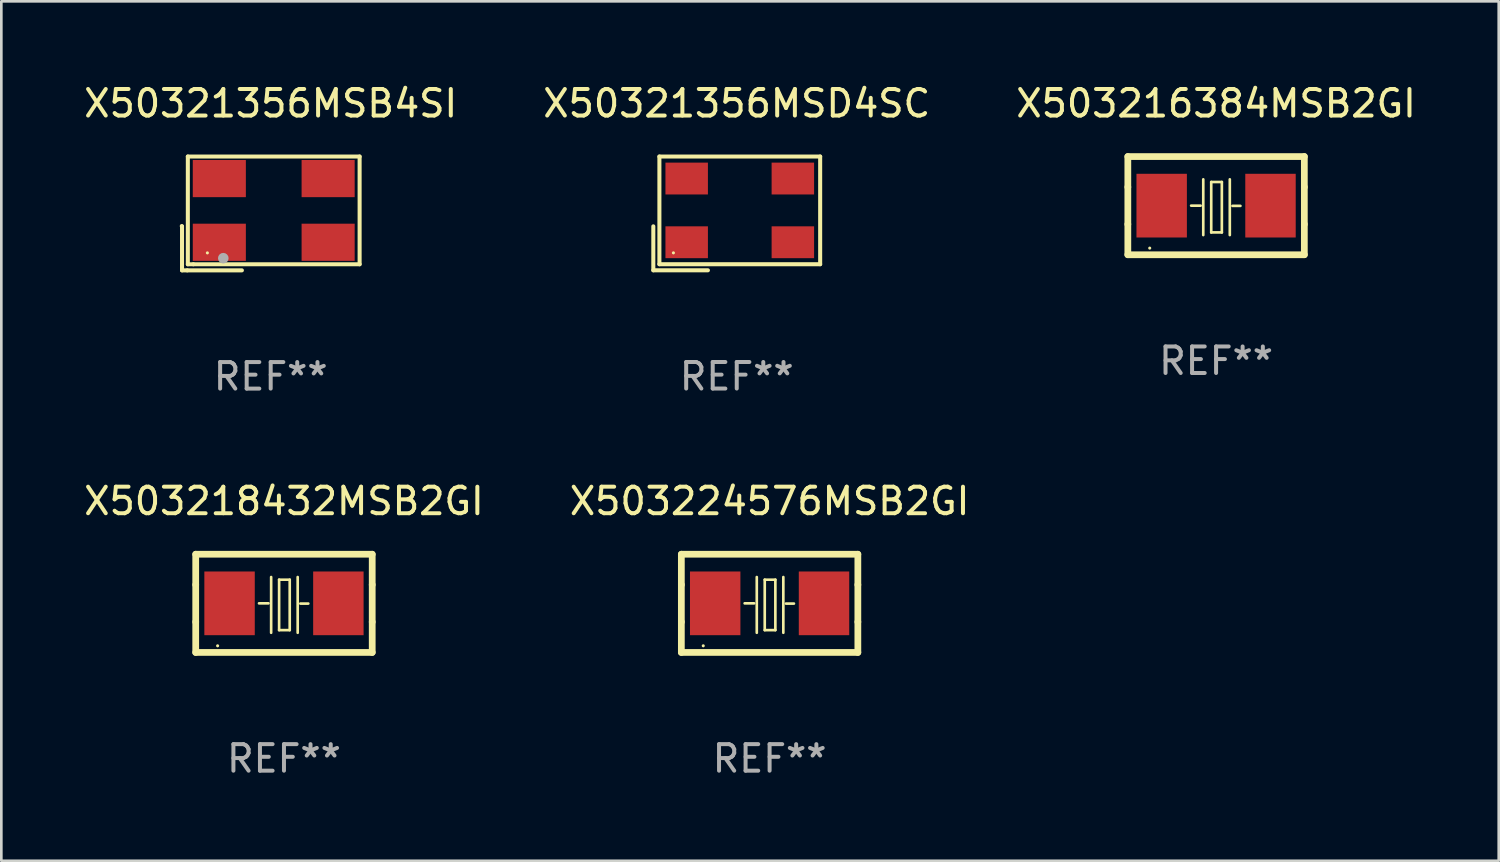
<source format=kicad_pcb>
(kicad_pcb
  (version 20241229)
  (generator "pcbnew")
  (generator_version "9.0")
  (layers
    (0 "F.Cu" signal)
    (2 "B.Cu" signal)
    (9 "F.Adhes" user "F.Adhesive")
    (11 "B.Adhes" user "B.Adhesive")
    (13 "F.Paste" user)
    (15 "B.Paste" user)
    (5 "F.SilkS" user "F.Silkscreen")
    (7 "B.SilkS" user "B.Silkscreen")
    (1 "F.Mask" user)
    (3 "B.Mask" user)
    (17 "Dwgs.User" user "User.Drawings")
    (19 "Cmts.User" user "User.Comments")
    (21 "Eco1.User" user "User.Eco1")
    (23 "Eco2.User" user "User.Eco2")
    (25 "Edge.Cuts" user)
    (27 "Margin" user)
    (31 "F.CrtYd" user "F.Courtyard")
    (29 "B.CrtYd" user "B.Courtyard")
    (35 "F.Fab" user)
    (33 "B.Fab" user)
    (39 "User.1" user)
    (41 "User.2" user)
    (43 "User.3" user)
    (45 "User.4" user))
  (footprint "X503218432MSB2GI"
    (layer "F.Cu")
    (at 7.649 19.682)
    (property "Reference" "X503218432MSB2GI" (at 0 -3.85 0) (layer "F.SilkS") (effects (font (size 1 1) (thickness 0.15))))
    (attr through_hole)
    (fp_line (start -3.325 0.7) (end -3.325 -0.7) (stroke (width 0.254) (type solid)) (layer "F.SilkS"))
    (fp_line (start -3.325 -1.85) (end 3.325 -1.85) (stroke (width 0.254) (type solid)) (layer "F.SilkS"))
    (fp_line (start -3.325 -0.7) (end -3.325 -1.85) (stroke (width 0.254) (type solid)) (layer "F.SilkS"))
    (fp_line (start -3.325 1.85) (end -3.325 0.7) (stroke (width 0.254) (type solid)) (layer "F.SilkS"))
    (fp_line (start -0.94 -0.000127) (end -0.584 -0.000127) (stroke (width 0.1) (type solid)) (layer "F.SilkS"))
    (fp_line (start -0.483 -0.991) (end -0.483 1.109) (stroke (width 0.1) (type solid)) (layer "F.SilkS"))
    (fp_line (start -0.183 -0.891) (end -0.183 1.009) (stroke (width 0.1) (type solid)) (layer "F.SilkS"))
    (fp_line (start -0.183 1.009) (end 0.217 1.009) (stroke (width 0.1) (type solid)) (layer "F.SilkS"))
    (fp_line (start 0.217 -0.891) (end -0.183 -0.891) (stroke (width 0.1) (type solid)) (layer "F.SilkS"))
    (fp_line (start 0.217 1.009) (end 0.217 -0.891) (stroke (width 0.1) (type solid)) (layer "F.SilkS"))
    (fp_line (start 0.517 -0.991) (end 0.517 1.109) (stroke (width 0.1) (type solid)) (layer "F.SilkS"))
    (fp_line (start 0.617 0.009) (end 0.917 0.009) (stroke (width 0.1) (type solid)) (layer "F.SilkS"))
    (fp_line (start 3.325 -1.85) (end 3.325 -0.7) (stroke (width 0.254) (type solid)) (layer "F.SilkS"))
    (fp_line (start 3.325 0.7) (end 3.325 1.85) (stroke (width 0.254) (type solid)) (layer "F.SilkS"))
    (fp_line (start 3.325 1.85) (end -3.325 1.85) (stroke (width 0.254) (type solid)) (layer "F.SilkS"))
    (fp_line (start 3.325 -0.7) (end 3.325 0.7) (stroke (width 0.254) (type solid)) (layer "F.SilkS"))
    (fp_circle (center -2.5 1.6) (end -2.47 1.6) (stroke (width 0.06) (type solid)) (fill no) (layer "F.SilkS"))
    (fp_text user "REF**" (at 0 5.85 0) (layer "F.Fab") (effects (font (size 1 1) (thickness 0.15))))
    (pad "1" smd rect (at -2.05 -0.000127) (size 1.9 2.4) (layers "F.Cu" "F.Mask" "F.Paste"))
    (pad "2" smd rect (at 2.05 -0.000127) (size 1.9 2.4) (layers "F.Cu" "F.Mask" "F.Paste")))
  (footprint "X50321356MSD4SC"
    (layer "F.Cu")
    (at 24.708 4.991)
    (property "Reference" "X50321356MSD4SC" (at 0 -4.143 0) (layer "F.SilkS") (effects (font (size 1 1) (thickness 0.15))))
    (attr through_hole)
    (fp_line (start -3.143 0.486) (end -3.143 2.143) (stroke (width 0.152) (type solid)) (layer "F.SilkS"))
    (fp_line (start -3.143 2.143) (end -1.086 2.143) (stroke (width 0.152) (type solid)) (layer "F.SilkS"))
    (fp_line (start -2.914 -2.143) (end 3.143 -2.143) (stroke (width 0.152) (type solid)) (layer "F.SilkS"))
    (fp_line (start -2.914 1.914) (end -2.914 -2.143) (stroke (width 0.152) (type solid)) (layer "F.SilkS"))
    (fp_line (start 3.143 -2.143) (end 3.143 1.914) (stroke (width 0.152) (type solid)) (layer "F.SilkS"))
    (fp_line (start 3.143 1.914) (end -2.914 1.914) (stroke (width 0.152) (type solid)) (layer "F.SilkS"))
    (fp_circle (center -2.386 1.486) (end -2.356 1.486) (stroke (width 0.06) (type solid)) (fill no) (layer "F.SilkS"))
    (fp_text user "REF**" (at 0 6.143 0) (layer "F.Fab") (effects (font (size 1 1) (thickness 0.15))))
    (pad "1" smd rect (at -1.886 1.086) (size 1.6 1.2) (layers "F.Cu" "F.Mask" "F.Paste"))
    (pad "2" smd rect (at 2.114 1.086) (size 1.6 1.2) (layers "F.Cu" "F.Mask" "F.Paste"))
    (pad "3" smd rect (at 2.114 -1.314) (size 1.6 1.2) (layers "F.Cu" "F.Mask" "F.Paste"))
    (pad "4" smd rect (at -1.886 -1.314) (size 1.6 1.2) (layers "F.Cu" "F.Mask" "F.Paste")))
  (footprint "X503216384MSB2GI"
    (layer "F.Cu")
    (at 42.768 4.698)
    (property "Reference" "X503216384MSB2GI" (at 0 -3.85 0) (layer "F.SilkS") (effects (font (size 1 1) (thickness 0.15))))
    (attr through_hole)
    (fp_line (start -3.325 0.7) (end -3.325 -0.7) (stroke (width 0.254) (type solid)) (layer "F.SilkS"))
    (fp_line (start -3.325 -1.85) (end 3.325 -1.85) (stroke (width 0.254) (type solid)) (layer "F.SilkS"))
    (fp_line (start -3.325 -0.7) (end -3.325 -1.85) (stroke (width 0.254) (type solid)) (layer "F.SilkS"))
    (fp_line (start -3.325 1.85) (end -3.325 0.7) (stroke (width 0.254) (type solid)) (layer "F.SilkS"))
    (fp_line (start -0.94 -0.000127) (end -0.584 -0.000127) (stroke (width 0.1) (type solid)) (layer "F.SilkS"))
    (fp_line (start -0.483 -0.991) (end -0.483 1.109) (stroke (width 0.1) (type solid)) (layer "F.SilkS"))
    (fp_line (start -0.183 -0.891) (end -0.183 1.009) (stroke (width 0.1) (type solid)) (layer "F.SilkS"))
    (fp_line (start -0.183 1.009) (end 0.217 1.009) (stroke (width 0.1) (type solid)) (layer "F.SilkS"))
    (fp_line (start 0.217 -0.891) (end -0.183 -0.891) (stroke (width 0.1) (type solid)) (layer "F.SilkS"))
    (fp_line (start 0.217 1.009) (end 0.217 -0.891) (stroke (width 0.1) (type solid)) (layer "F.SilkS"))
    (fp_line (start 0.517 -0.991) (end 0.517 1.109) (stroke (width 0.1) (type solid)) (layer "F.SilkS"))
    (fp_line (start 0.617 0.009) (end 0.917 0.009) (stroke (width 0.1) (type solid)) (layer "F.SilkS"))
    (fp_line (start 3.325 -1.85) (end 3.325 -0.7) (stroke (width 0.254) (type solid)) (layer "F.SilkS"))
    (fp_line (start 3.325 0.7) (end 3.325 1.85) (stroke (width 0.254) (type solid)) (layer "F.SilkS"))
    (fp_line (start 3.325 1.85) (end -3.325 1.85) (stroke (width 0.254) (type solid)) (layer "F.SilkS"))
    (fp_line (start 3.325 -0.7) (end 3.325 0.7) (stroke (width 0.254) (type solid)) (layer "F.SilkS"))
    (fp_circle (center -2.5 1.6) (end -2.47 1.6) (stroke (width 0.06) (type solid)) (fill no) (layer "F.SilkS"))
    (fp_text user "REF**" (at 0 5.85 0) (layer "F.Fab") (effects (font (size 1 1) (thickness 0.15))))
    (pad "1" smd rect (at -2.05 -0.000127) (size 1.9 2.4) (layers "F.Cu" "F.Mask" "F.Paste"))
    (pad "2" smd rect (at 2.05 -0.000127) (size 1.9 2.4) (layers "F.Cu" "F.Mask" "F.Paste")))
  (footprint "X503224576MSB2GI"
    (layer "F.Cu")
    (at 25.946 19.682)
    (property "Reference" "X503224576MSB2GI" (at 0 -3.85 0) (layer "F.SilkS") (effects (font (size 1 1) (thickness 0.15))))
    (attr through_hole)
    (fp_line (start -3.325 0.7) (end -3.325 -0.7) (stroke (width 0.254) (type solid)) (layer "F.SilkS"))
    (fp_line (start -3.325 -1.85) (end 3.325 -1.85) (stroke (width 0.254) (type solid)) (layer "F.SilkS"))
    (fp_line (start -3.325 -0.7) (end -3.325 -1.85) (stroke (width 0.254) (type solid)) (layer "F.SilkS"))
    (fp_line (start -3.325 1.85) (end -3.325 0.7) (stroke (width 0.254) (type solid)) (layer "F.SilkS"))
    (fp_line (start -0.94 -0.000127) (end -0.584 -0.000127) (stroke (width 0.1) (type solid)) (layer "F.SilkS"))
    (fp_line (start -0.483 -0.991) (end -0.483 1.109) (stroke (width 0.1) (type solid)) (layer "F.SilkS"))
    (fp_line (start -0.183 -0.891) (end -0.183 1.009) (stroke (width 0.1) (type solid)) (layer "F.SilkS"))
    (fp_line (start -0.183 1.009) (end 0.217 1.009) (stroke (width 0.1) (type solid)) (layer "F.SilkS"))
    (fp_line (start 0.217 -0.891) (end -0.183 -0.891) (stroke (width 0.1) (type solid)) (layer "F.SilkS"))
    (fp_line (start 0.217 1.009) (end 0.217 -0.891) (stroke (width 0.1) (type solid)) (layer "F.SilkS"))
    (fp_line (start 0.517 -0.991) (end 0.517 1.109) (stroke (width 0.1) (type solid)) (layer "F.SilkS"))
    (fp_line (start 0.617 0.009) (end 0.917 0.009) (stroke (width 0.1) (type solid)) (layer "F.SilkS"))
    (fp_line (start 3.325 -1.85) (end 3.325 -0.7) (stroke (width 0.254) (type solid)) (layer "F.SilkS"))
    (fp_line (start 3.325 0.7) (end 3.325 1.85) (stroke (width 0.254) (type solid)) (layer "F.SilkS"))
    (fp_line (start 3.325 1.85) (end -3.325 1.85) (stroke (width 0.254) (type solid)) (layer "F.SilkS"))
    (fp_line (start 3.325 -0.7) (end 3.325 0.7) (stroke (width 0.254) (type solid)) (layer "F.SilkS"))
    (fp_circle (center -2.5 1.6) (end -2.47 1.6) (stroke (width 0.06) (type solid)) (fill no) (layer "F.SilkS"))
    (fp_text user "REF**" (at 0 5.85 0) (layer "F.Fab") (effects (font (size 1 1) (thickness 0.15))))
    (pad "1" smd rect (at -2.05 -0.000127) (size 1.9 2.4) (layers "F.Cu" "F.Mask" "F.Paste"))
    (pad "2" smd rect (at 2.05 -0.000127) (size 1.9 2.4) (layers "F.Cu" "F.Mask" "F.Paste")))
  (footprint "X50321356MSB4SI"
    (layer "F.Cu")
    (at 7.149 4.992)
    (property "Reference" "X50321356MSB4SI" (at 0 -4.144 0) (layer "F.SilkS") (effects (font (size 1 1) (thickness 0.15))))
    (attr through_hole)
    (fp_line (start -3.35 0.476) (end -3.341 0.485) (stroke (width 0.152) (type solid)) (layer "F.SilkS"))
    (fp_line (start -3.341 0.485) (end -3.341 2.144) (stroke (width 0.152) (type solid)) (layer "F.SilkS"))
    (fp_line (start -3.341 2.144) (end -3.143 2.144) (stroke (width 0.152) (type solid)) (layer "F.SilkS"))
    (fp_line (start -3.143 2.144) (end -1.085 2.144) (stroke (width 0.152) (type solid)) (layer "F.SilkS"))
    (fp_line (start -3.122 -2.144) (end 3.35 -2.144) (stroke (width 0.152) (type solid)) (layer "F.SilkS"))
    (fp_line (start -3.122 1.915) (end -3.122 -2.144) (stroke (width 0.152) (type solid)) (layer "F.SilkS"))
    (fp_line (start -2.914 1.915) (end -3.122 1.915) (stroke (width 0.152) (type solid)) (layer "F.SilkS"))
    (fp_line (start 3.35 -2.144) (end 3.35 1.915) (stroke (width 0.152) (type solid)) (layer "F.SilkS"))
    (fp_line (start 3.35 1.915) (end -2.914 1.915) (stroke (width 0.152) (type solid)) (layer "F.SilkS"))
    (fp_circle (center -2.386 1.486) (end -2.356 1.486) (stroke (width 0.06) (type solid)) (fill no) (layer "F.SilkS"))
    (fp_circle (center -1.786 1.686) (end -1.686 1.686) (stroke (width 0.2) (type solid)) (fill no) (layer "F.Fab"))
    (fp_text user "REF**" (at 0 6.144 0) (layer "F.Fab") (effects (font (size 1 1) (thickness 0.15))))
    (pad "1" smd rect (at -1.936 1.086) (size 2 1.4) (layers "F.Cu" "F.Mask" "F.Paste"))
    (pad "2" smd rect (at 2.164 1.086) (size 2 1.4) (layers "F.Cu" "F.Mask" "F.Paste"))
    (pad "3" smd rect (at 2.164 -1.314) (size 2 1.4) (layers "F.Cu" "F.Mask" "F.Paste"))
    (pad "4" smd rect (at -1.936 -1.314) (size 2 1.4) (layers "F.Cu" "F.Mask" "F.Paste")))
  (gr_rect
    (start -3 -3)
    (end 53.417 29.381)
    (stroke (width 0.1) (type default))
    (fill no)
    (layer "Edge.Cuts")))
</source>
